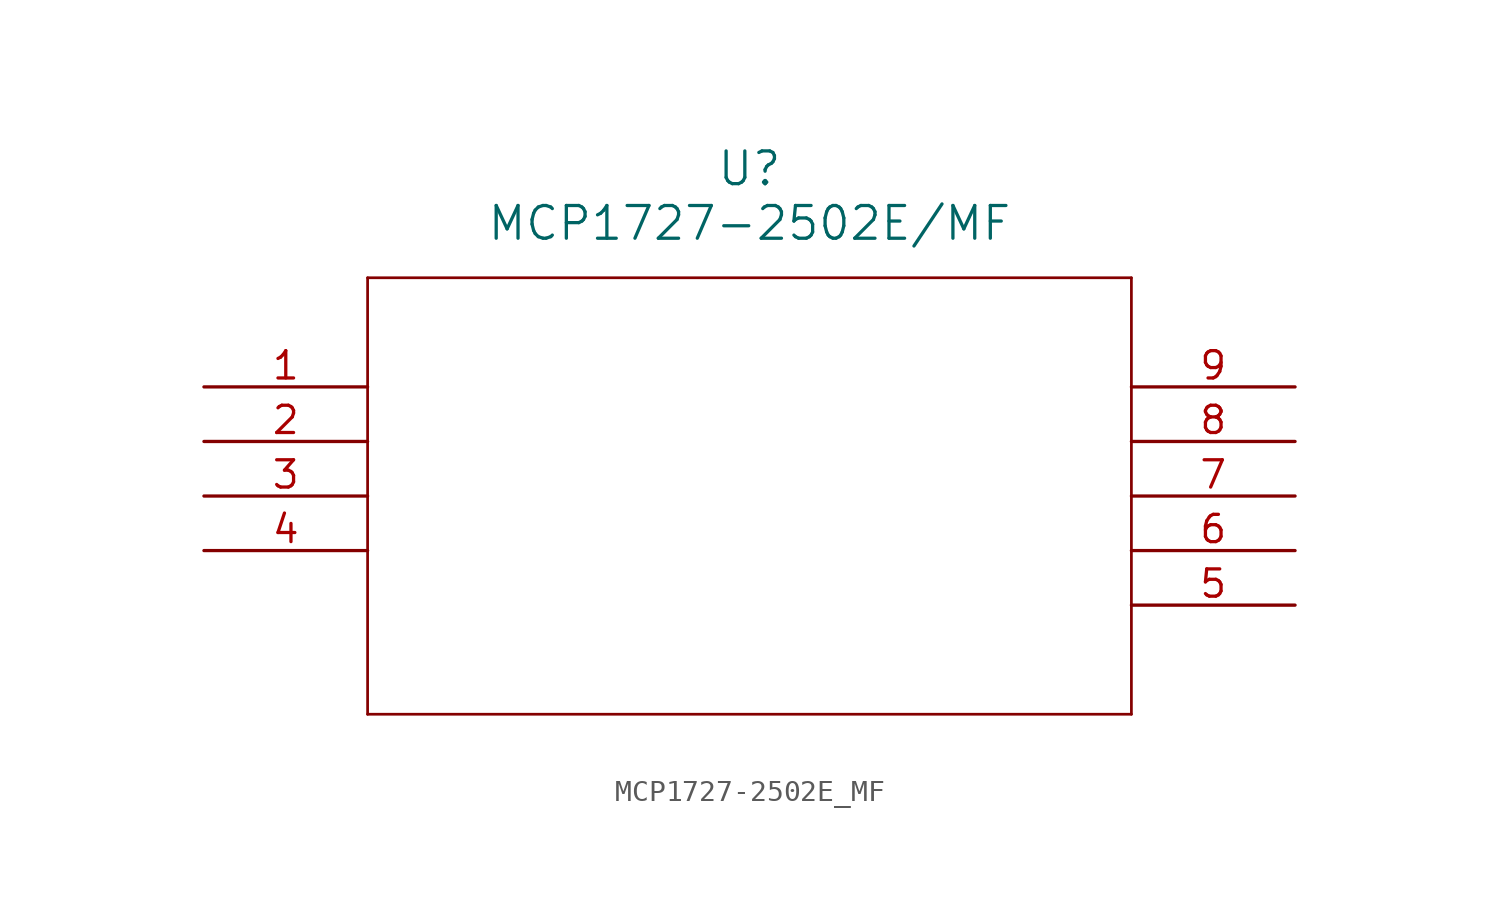
<source format=kicad_sym>
(kicad_symbol_lib
  (version 20211014)
  (generator kicad_symbol_editor)
  (symbol "MCP1727-2502E_MF"
    (pin_names
      (offset 0.254))
    (property "Reference" "U"
      (at 25.4 10.16 0)
      (effects (font (size 1.524 1.524))))
    (property "Value" "MCP1727-2502E/MF"
      (at 25.4 7.62 0)
      (effects (font (size 1.524 1.524))))
    (symbol "MCP1727-2502E_MF_0_1"
      (polyline (pts (xy 7.62 5.08) (xy 7.62 -15.24)) (stroke (width 0.127) (type default) (color 0 0 0 0)) (fill (type none)))
      (polyline (pts (xy 7.62 -15.24) (xy 43.18 -15.24)) (stroke (width 0.127) (type default) (color 0 0 0 0)) (fill (type none)))
      (polyline (pts (xy 43.18 -15.24) (xy 43.18 5.08)) (stroke (width 0.127) (type default) (color 0 0 0 0)) (fill (type none)))
      (polyline (pts (xy 43.18 5.08) (xy 7.62 5.08)) (stroke (width 0.127) (type default) (color 0 0 0 0)) (fill (type none)))
      (pin unspecified line (at 0 0 0) (length 7.62) (name "" (effects (font (size 1.27 1.27)))) (number "1" (effects (font (size 1.27 1.27)))))
      (pin unspecified line (at 0 -2.54 0) (length 7.62) (name "" (effects (font (size 1.27 1.27)))) (number "2" (effects (font (size 1.27 1.27)))))
      (pin unspecified line (at 0 -5.08 0) (length 7.62) (name "" (effects (font (size 1.27 1.27)))) (number "3" (effects (font (size 1.27 1.27)))))
      (pin unspecified line (at 0 -7.62 0) (length 7.62) (name "" (effects (font (size 1.27 1.27)))) (number "4" (effects (font (size 1.27 1.27)))))
      (pin unspecified line (at 50.8 -10.16 180) (length 7.62) (name "" (effects (font (size 1.27 1.27)))) (number "5" (effects (font (size 1.27 1.27)))))
      (pin unspecified line (at 50.8 -7.62 180) (length 7.62) (name "" (effects (font (size 1.27 1.27)))) (number "6" (effects (font (size 1.27 1.27)))))
      (pin unspecified line (at 50.8 -5.08 180) (length 7.62) (name "" (effects (font (size 1.27 1.27)))) (number "7" (effects (font (size 1.27 1.27)))))
      (pin unspecified line (at 50.8 -2.54 180) (length 7.62) (name "" (effects (font (size 1.27 1.27)))) (number "8" (effects (font (size 1.27 1.27)))))
      (pin unspecified line (at 50.8 0 180) (length 7.62) (name "" (effects (font (size 1.27 1.27)))) (number "9" (effects (font (size 1.27 1.27))))))))
</source>
